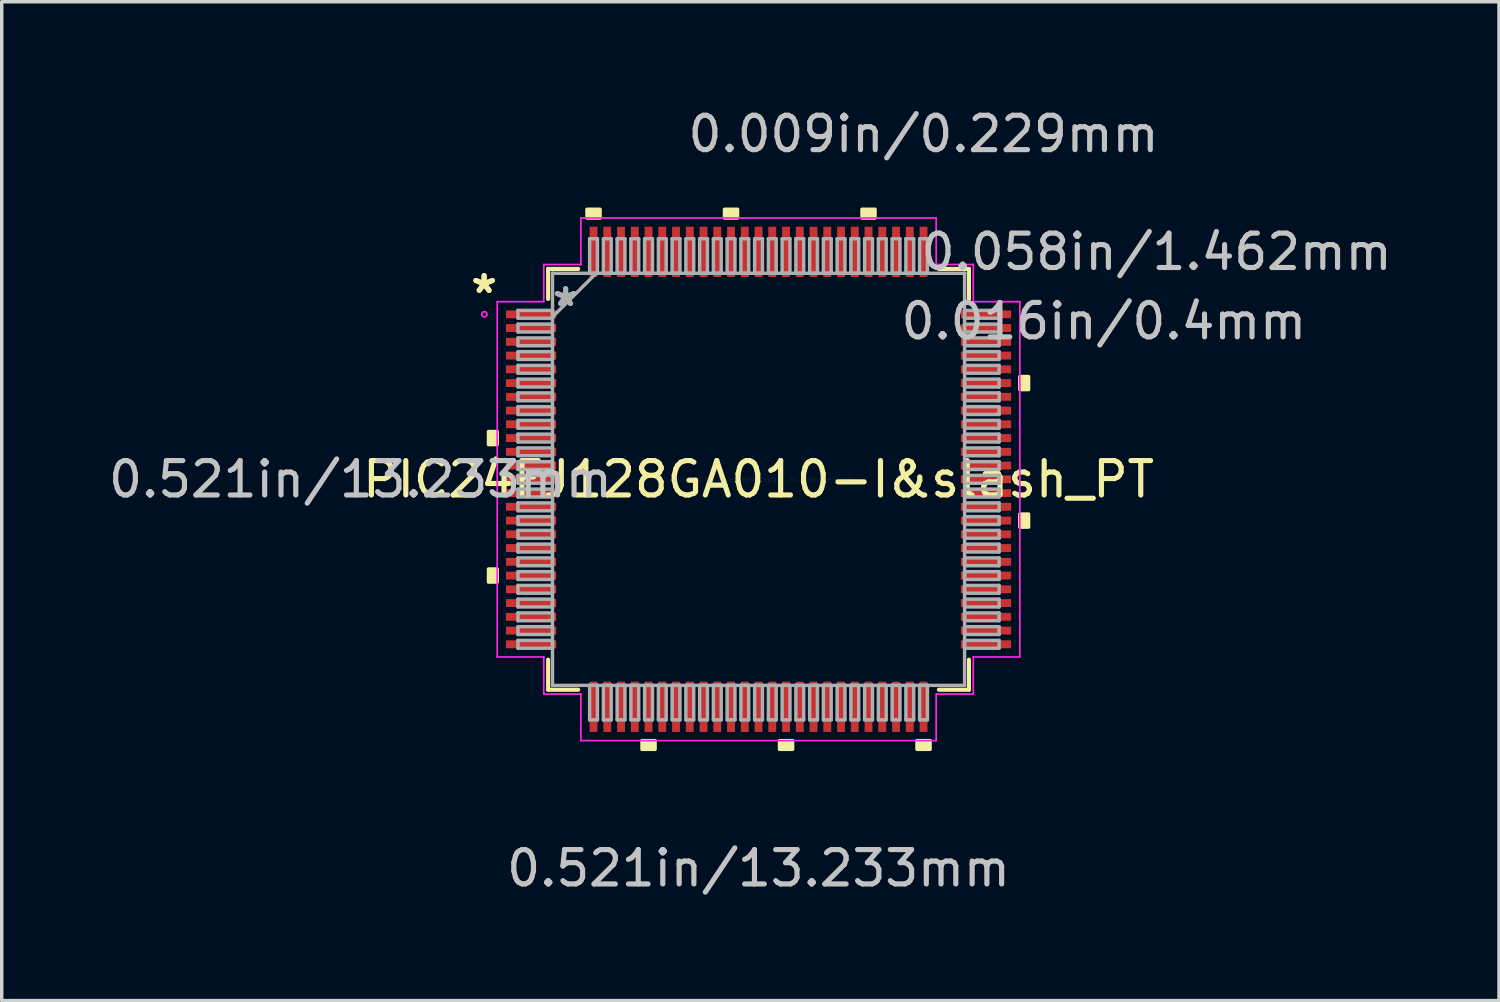
<source format=kicad_pcb>
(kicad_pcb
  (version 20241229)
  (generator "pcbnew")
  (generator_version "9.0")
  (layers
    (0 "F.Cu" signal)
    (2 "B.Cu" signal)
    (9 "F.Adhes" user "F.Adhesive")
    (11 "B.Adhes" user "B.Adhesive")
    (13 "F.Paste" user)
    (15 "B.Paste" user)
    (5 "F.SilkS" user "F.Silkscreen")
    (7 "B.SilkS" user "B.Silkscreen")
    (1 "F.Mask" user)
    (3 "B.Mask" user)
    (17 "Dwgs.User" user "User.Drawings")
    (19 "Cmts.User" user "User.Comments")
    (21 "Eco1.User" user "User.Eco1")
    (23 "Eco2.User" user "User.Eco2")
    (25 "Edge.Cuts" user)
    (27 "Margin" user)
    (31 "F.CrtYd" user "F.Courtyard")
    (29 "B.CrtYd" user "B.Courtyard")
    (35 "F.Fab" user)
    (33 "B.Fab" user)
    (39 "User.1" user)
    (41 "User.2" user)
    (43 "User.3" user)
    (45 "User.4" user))
  (footprint "PIC24FJ128GA010-I&slash_PT"
    (layer "F.Cu")
    (at 19.017 10.894)
    (property "Reference" "PIC24FJ128GA010-I&slash_PT" (at 0 0 0) (layer "F.SilkS") (effects (font (size 1 1) (thickness 0.15))))
    (attr through_hole)
    (fp_line (start -6.121 -6.121) (end -6.121 -5.247) (stroke (width 0.12) (type solid)) (layer "F.SilkS"))
    (fp_line (start -6.121 5.247) (end -6.121 6.121) (stroke (width 0.12) (type solid)) (layer "F.SilkS"))
    (fp_line (start -6.121 6.121) (end -5.247 6.121) (stroke (width 0.12) (type solid)) (layer "F.SilkS"))
    (fp_line (start -5.247 -6.121) (end -6.121 -6.121) (stroke (width 0.12) (type solid)) (layer "F.SilkS"))
    (fp_line (start 5.247 6.121) (end 6.121 6.121) (stroke (width 0.12) (type solid)) (layer "F.SilkS"))
    (fp_line (start 6.121 -6.121) (end 5.247 -6.121) (stroke (width 0.12) (type solid)) (layer "F.SilkS"))
    (fp_line (start 6.121 -5.247) (end 6.121 -6.121) (stroke (width 0.12) (type solid)) (layer "F.SilkS"))
    (fp_line (start 6.121 6.121) (end 6.121 5.247) (stroke (width 0.12) (type solid)) (layer "F.SilkS"))
    (fp_poly (pts (xy -7.856 -1.391) (xy -7.856 -1.01) (xy -7.602 -1.01) (xy -7.602 -1.391)) (stroke (width 0.1) (type solid)) (fill yes) (layer "F.SilkS"))
    (fp_poly (pts (xy -7.856 2.609) (xy -7.856 2.99) (xy -7.602 2.99) (xy -7.602 2.609)) (stroke (width 0.1) (type solid)) (fill yes) (layer "F.SilkS"))
    (fp_poly (pts (xy -4.991 -7.602) (xy -4.991 -7.856) (xy -4.61 -7.856) (xy -4.61 -7.602)) (stroke (width 0.1) (type solid)) (fill yes) (layer "F.SilkS"))
    (fp_poly (pts (xy -3.39 7.602) (xy -3.39 7.856) (xy -3.009 7.856) (xy -3.009 7.602)) (stroke (width 0.1) (type solid)) (fill yes) (layer "F.SilkS"))
    (fp_poly (pts (xy -0.991 -7.602) (xy -0.991 -7.856) (xy -0.61 -7.856) (xy -0.61 -7.602)) (stroke (width 0.1) (type solid)) (fill yes) (layer "F.SilkS"))
    (fp_poly (pts (xy 0.61 7.602) (xy 0.61 7.856) (xy 0.991 7.856) (xy 0.991 7.602)) (stroke (width 0.1) (type solid)) (fill yes) (layer "F.SilkS"))
    (fp_poly (pts (xy 3.009 -7.602) (xy 3.009 -7.856) (xy 3.39 -7.856) (xy 3.39 -7.602)) (stroke (width 0.1) (type solid)) (fill yes) (layer "F.SilkS"))
    (fp_poly (pts (xy 4.61 7.602) (xy 4.61 7.856) (xy 4.991 7.856) (xy 4.991 7.602)) (stroke (width 0.1) (type solid)) (fill yes) (layer "F.SilkS"))
    (fp_poly (pts (xy 7.856 -2.99) (xy 7.856 -2.609) (xy 7.602 -2.609) (xy 7.602 -2.99)) (stroke (width 0.1) (type solid)) (fill yes) (layer "F.SilkS"))
    (fp_poly (pts (xy 7.856 1.01) (xy 7.856 1.391) (xy 7.602 1.391) (xy 7.602 1.01)) (stroke (width 0.1) (type solid)) (fill yes) (layer "F.SilkS"))
    (fp_line (start -7.602 -5.168) (end -6.248 -5.168) (stroke (width 0.05) (type solid)) (layer "F.CrtYd"))
    (fp_line (start -7.602 5.168) (end -7.602 -5.168) (stroke (width 0.05) (type solid)) (layer "F.CrtYd"))
    (fp_line (start -6.248 -6.248) (end -5.168 -6.248) (stroke (width 0.05) (type solid)) (layer "F.CrtYd"))
    (fp_line (start -6.248 -5.168) (end -6.248 -6.248) (stroke (width 0.05) (type solid)) (layer "F.CrtYd"))
    (fp_line (start -6.248 5.168) (end -7.602 5.168) (stroke (width 0.05) (type solid)) (layer "F.CrtYd"))
    (fp_line (start -6.248 6.248) (end -6.248 5.168) (stroke (width 0.05) (type solid)) (layer "F.CrtYd"))
    (fp_line (start -5.168 -7.602) (end 5.168 -7.602) (stroke (width 0.05) (type solid)) (layer "F.CrtYd"))
    (fp_line (start -5.168 -6.248) (end -5.168 -7.602) (stroke (width 0.05) (type solid)) (layer "F.CrtYd"))
    (fp_line (start -5.168 6.248) (end -6.248 6.248) (stroke (width 0.05) (type solid)) (layer "F.CrtYd"))
    (fp_line (start -5.168 7.602) (end -5.168 6.248) (stroke (width 0.05) (type solid)) (layer "F.CrtYd"))
    (fp_line (start 5.168 -7.602) (end 5.168 -6.248) (stroke (width 0.05) (type solid)) (layer "F.CrtYd"))
    (fp_line (start 5.168 -6.248) (end 6.248 -6.248) (stroke (width 0.05) (type solid)) (layer "F.CrtYd"))
    (fp_line (start 5.168 6.248) (end 5.168 7.602) (stroke (width 0.05) (type solid)) (layer "F.CrtYd"))
    (fp_line (start 5.168 7.602) (end -5.168 7.602) (stroke (width 0.05) (type solid)) (layer "F.CrtYd"))
    (fp_line (start 6.248 -6.248) (end 6.248 -5.168) (stroke (width 0.05) (type solid)) (layer "F.CrtYd"))
    (fp_line (start 6.248 -5.168) (end 7.602 -5.168) (stroke (width 0.05) (type solid)) (layer "F.CrtYd"))
    (fp_line (start 6.248 5.168) (end 6.248 6.248) (stroke (width 0.05) (type solid)) (layer "F.CrtYd"))
    (fp_line (start 6.248 6.248) (end 5.168 6.248) (stroke (width 0.05) (type solid)) (layer "F.CrtYd"))
    (fp_line (start 7.602 -5.168) (end 7.602 5.168) (stroke (width 0.05) (type solid)) (layer "F.CrtYd"))
    (fp_line (start 7.602 5.168) (end 6.248 5.168) (stroke (width 0.05) (type solid)) (layer "F.CrtYd"))
    (fp_circle (center -7.976 -4.8) (end -7.899 -4.8) (stroke (width 0.05) (type solid)) (fill no) (layer "F.CrtYd"))
    (fp_line (start -6.998 -4.914) (end -6.998 -4.686) (stroke (width 0.1) (type solid)) (layer "F.Fab"))
    (fp_line (start -6.998 -4.686) (end -5.994 -4.686) (stroke (width 0.1) (type solid)) (layer "F.Fab"))
    (fp_line (start -6.998 -4.514) (end -6.998 -4.286) (stroke (width 0.1) (type solid)) (layer "F.Fab"))
    (fp_line (start -6.998 -4.286) (end -5.994 -4.286) (stroke (width 0.1) (type solid)) (layer "F.Fab"))
    (fp_line (start -6.998 -4.114) (end -6.998 -3.886) (stroke (width 0.1) (type solid)) (layer "F.Fab"))
    (fp_line (start -6.998 -3.886) (end -5.994 -3.886) (stroke (width 0.1) (type solid)) (layer "F.Fab"))
    (fp_line (start -6.998 -3.714) (end -6.998 -3.486) (stroke (width 0.1) (type solid)) (layer "F.Fab"))
    (fp_line (start -6.998 -3.486) (end -5.994 -3.486) (stroke (width 0.1) (type solid)) (layer "F.Fab"))
    (fp_line (start -6.998 -3.314) (end -6.998 -3.086) (stroke (width 0.1) (type solid)) (layer "F.Fab"))
    (fp_line (start -6.998 -3.086) (end -5.994 -3.086) (stroke (width 0.1) (type solid)) (layer "F.Fab"))
    (fp_line (start -6.998 -2.914) (end -6.998 -2.686) (stroke (width 0.1) (type solid)) (layer "F.Fab"))
    (fp_line (start -6.998 -2.686) (end -5.994 -2.686) (stroke (width 0.1) (type solid)) (layer "F.Fab"))
    (fp_line (start -6.998 -2.514) (end -6.998 -2.286) (stroke (width 0.1) (type solid)) (layer "F.Fab"))
    (fp_line (start -6.998 -2.286) (end -5.994 -2.286) (stroke (width 0.1) (type solid)) (layer "F.Fab"))
    (fp_line (start -6.998 -2.114) (end -6.998 -1.886) (stroke (width 0.1) (type solid)) (layer "F.Fab"))
    (fp_line (start -6.998 -1.886) (end -5.994 -1.886) (stroke (width 0.1) (type solid)) (layer "F.Fab"))
    (fp_line (start -6.998 -1.714) (end -6.998 -1.486) (stroke (width 0.1) (type solid)) (layer "F.Fab"))
    (fp_line (start -6.998 -1.486) (end -5.994 -1.486) (stroke (width 0.1) (type solid)) (layer "F.Fab"))
    (fp_line (start -6.998 -1.314) (end -6.998 -1.086) (stroke (width 0.1) (type solid)) (layer "F.Fab"))
    (fp_line (start -6.998 -1.086) (end -5.994 -1.086) (stroke (width 0.1) (type solid)) (layer "F.Fab"))
    (fp_line (start -6.998 -0.914) (end -6.998 -0.686) (stroke (width 0.1) (type solid)) (layer "F.Fab"))
    (fp_line (start -6.998 -0.686) (end -5.994 -0.686) (stroke (width 0.1) (type solid)) (layer "F.Fab"))
    (fp_line (start -6.998 -0.514) (end -6.998 -0.286) (stroke (width 0.1) (type solid)) (layer "F.Fab"))
    (fp_line (start -6.998 -0.286) (end -5.994 -0.286) (stroke (width 0.1) (type solid)) (layer "F.Fab"))
    (fp_line (start -6.998 -0.114) (end -6.998 0.114) (stroke (width 0.1) (type solid)) (layer "F.Fab"))
    (fp_line (start -6.998 0.114) (end -5.994 0.114) (stroke (width 0.1) (type solid)) (layer "F.Fab"))
    (fp_line (start -6.998 0.286) (end -6.998 0.514) (stroke (width 0.1) (type solid)) (layer "F.Fab"))
    (fp_line (start -6.998 0.514) (end -5.994 0.514) (stroke (width 0.1) (type solid)) (layer "F.Fab"))
    (fp_line (start -6.998 0.686) (end -6.998 0.914) (stroke (width 0.1) (type solid)) (layer "F.Fab"))
    (fp_line (start -6.998 0.914) (end -5.994 0.914) (stroke (width 0.1) (type solid)) (layer "F.Fab"))
    (fp_line (start -6.998 1.086) (end -6.998 1.314) (stroke (width 0.1) (type solid)) (layer "F.Fab"))
    (fp_line (start -6.998 1.314) (end -5.994 1.314) (stroke (width 0.1) (type solid)) (layer "F.Fab"))
    (fp_line (start -6.998 1.486) (end -6.998 1.714) (stroke (width 0.1) (type solid)) (layer "F.Fab"))
    (fp_line (start -6.998 1.714) (end -5.994 1.714) (stroke (width 0.1) (type solid)) (layer "F.Fab"))
    (fp_line (start -6.998 1.886) (end -6.998 2.114) (stroke (width 0.1) (type solid)) (layer "F.Fab"))
    (fp_line (start -6.998 2.114) (end -5.994 2.114) (stroke (width 0.1) (type solid)) (layer "F.Fab"))
    (fp_line (start -6.998 2.286) (end -6.998 2.514) (stroke (width 0.1) (type solid)) (layer "F.Fab"))
    (fp_line (start -6.998 2.514) (end -5.994 2.514) (stroke (width 0.1) (type solid)) (layer "F.Fab"))
    (fp_line (start -6.998 2.686) (end -6.998 2.914) (stroke (width 0.1) (type solid)) (layer "F.Fab"))
    (fp_line (start -6.998 2.914) (end -5.994 2.914) (stroke (width 0.1) (type solid)) (layer "F.Fab"))
    (fp_line (start -6.998 3.086) (end -6.998 3.314) (stroke (width 0.1) (type solid)) (layer "F.Fab"))
    (fp_line (start -6.998 3.314) (end -5.994 3.314) (stroke (width 0.1) (type solid)) (layer "F.Fab"))
    (fp_line (start -6.998 3.486) (end -6.998 3.714) (stroke (width 0.1) (type solid)) (layer "F.Fab"))
    (fp_line (start -6.998 3.714) (end -5.994 3.714) (stroke (width 0.1) (type solid)) (layer "F.Fab"))
    (fp_line (start -6.998 3.886) (end -6.998 4.114) (stroke (width 0.1) (type solid)) (layer "F.Fab"))
    (fp_line (start -6.998 4.114) (end -5.994 4.114) (stroke (width 0.1) (type solid)) (layer "F.Fab"))
    (fp_line (start -6.998 4.286) (end -6.998 4.514) (stroke (width 0.1) (type solid)) (layer "F.Fab"))
    (fp_line (start -6.998 4.514) (end -5.994 4.514) (stroke (width 0.1) (type solid)) (layer "F.Fab"))
    (fp_line (start -6.998 4.686) (end -6.998 4.914) (stroke (width 0.1) (type solid)) (layer "F.Fab"))
    (fp_line (start -6.998 4.914) (end -5.994 4.914) (stroke (width 0.1) (type solid)) (layer "F.Fab"))
    (fp_line (start -5.994 -5.994) (end -5.994 -5.994) (stroke (width 0.1) (type solid)) (layer "F.Fab"))
    (fp_line (start -5.994 -5.994) (end -5.994 5.994) (stroke (width 0.1) (type solid)) (layer "F.Fab"))
    (fp_line (start -5.994 -4.914) (end -6.998 -4.914) (stroke (width 0.1) (type solid)) (layer "F.Fab"))
    (fp_line (start -5.994 -4.724) (end -4.724 -5.994) (stroke (width 0.1) (type solid)) (layer "F.Fab"))
    (fp_line (start -5.994 -4.686) (end -5.994 -4.914) (stroke (width 0.1) (type solid)) (layer "F.Fab"))
    (fp_line (start -5.994 -4.514) (end -6.998 -4.514) (stroke (width 0.1) (type solid)) (layer "F.Fab"))
    (fp_line (start -5.994 -4.286) (end -5.994 -4.514) (stroke (width 0.1) (type solid)) (layer "F.Fab"))
    (fp_line (start -5.994 -4.114) (end -6.998 -4.114) (stroke (width 0.1) (type solid)) (layer "F.Fab"))
    (fp_line (start -5.994 -3.886) (end -5.994 -4.114) (stroke (width 0.1) (type solid)) (layer "F.Fab"))
    (fp_line (start -5.994 -3.714) (end -6.998 -3.714) (stroke (width 0.1) (type solid)) (layer "F.Fab"))
    (fp_line (start -5.994 -3.486) (end -5.994 -3.714) (stroke (width 0.1) (type solid)) (layer "F.Fab"))
    (fp_line (start -5.994 -3.314) (end -6.998 -3.314) (stroke (width 0.1) (type solid)) (layer "F.Fab"))
    (fp_line (start -5.994 -3.086) (end -5.994 -3.314) (stroke (width 0.1) (type solid)) (layer "F.Fab"))
    (fp_line (start -5.994 -2.914) (end -6.998 -2.914) (stroke (width 0.1) (type solid)) (layer "F.Fab"))
    (fp_line (start -5.994 -2.686) (end -5.994 -2.914) (stroke (width 0.1) (type solid)) (layer "F.Fab"))
    (fp_line (start -5.994 -2.514) (end -6.998 -2.514) (stroke (width 0.1) (type solid)) (layer "F.Fab"))
    (fp_line (start -5.994 -2.286) (end -5.994 -2.514) (stroke (width 0.1) (type solid)) (layer "F.Fab"))
    (fp_line (start -5.994 -2.114) (end -6.998 -2.114) (stroke (width 0.1) (type solid)) (layer "F.Fab"))
    (fp_line (start -5.994 -1.886) (end -5.994 -2.114) (stroke (width 0.1) (type solid)) (layer "F.Fab"))
    (fp_line (start -5.994 -1.714) (end -6.998 -1.714) (stroke (width 0.1) (type solid)) (layer "F.Fab"))
    (fp_line (start -5.994 -1.486) (end -5.994 -1.714) (stroke (width 0.1) (type solid)) (layer "F.Fab"))
    (fp_line (start -5.994 -1.314) (end -6.998 -1.314) (stroke (width 0.1) (type solid)) (layer "F.Fab"))
    (fp_line (start -5.994 -1.086) (end -5.994 -1.314) (stroke (width 0.1) (type solid)) (layer "F.Fab"))
    (fp_line (start -5.994 -0.914) (end -6.998 -0.914) (stroke (width 0.1) (type solid)) (layer "F.Fab"))
    (fp_line (start -5.994 -0.686) (end -5.994 -0.914) (stroke (width 0.1) (type solid)) (layer "F.Fab"))
    (fp_line (start -5.994 -0.514) (end -6.998 -0.514) (stroke (width 0.1) (type solid)) (layer "F.Fab"))
    (fp_line (start -5.994 -0.286) (end -5.994 -0.514) (stroke (width 0.1) (type solid)) (layer "F.Fab"))
    (fp_line (start -5.994 -0.114) (end -6.998 -0.114) (stroke (width 0.1) (type solid)) (layer "F.Fab"))
    (fp_line (start -5.994 0.114) (end -5.994 -0.114) (stroke (width 0.1) (type solid)) (layer "F.Fab"))
    (fp_line (start -5.994 0.286) (end -6.998 0.286) (stroke (width 0.1) (type solid)) (layer "F.Fab"))
    (fp_line (start -5.994 0.514) (end -5.994 0.286) (stroke (width 0.1) (type solid)) (layer "F.Fab"))
    (fp_line (start -5.994 0.686) (end -6.998 0.686) (stroke (width 0.1) (type solid)) (layer "F.Fab"))
    (fp_line (start -5.994 0.914) (end -5.994 0.686) (stroke (width 0.1) (type solid)) (layer "F.Fab"))
    (fp_line (start -5.994 1.086) (end -6.998 1.086) (stroke (width 0.1) (type solid)) (layer "F.Fab"))
    (fp_line (start -5.994 1.314) (end -5.994 1.086) (stroke (width 0.1) (type solid)) (layer "F.Fab"))
    (fp_line (start -5.994 1.486) (end -6.998 1.486) (stroke (width 0.1) (type solid)) (layer "F.Fab"))
    (fp_line (start -5.994 1.714) (end -5.994 1.486) (stroke (width 0.1) (type solid)) (layer "F.Fab"))
    (fp_line (start -5.994 1.886) (end -6.998 1.886) (stroke (width 0.1) (type solid)) (layer "F.Fab"))
    (fp_line (start -5.994 2.114) (end -5.994 1.886) (stroke (width 0.1) (type solid)) (layer "F.Fab"))
    (fp_line (start -5.994 2.286) (end -6.998 2.286) (stroke (width 0.1) (type solid)) (layer "F.Fab"))
    (fp_line (start -5.994 2.514) (end -5.994 2.286) (stroke (width 0.1) (type solid)) (layer "F.Fab"))
    (fp_line (start -5.994 2.686) (end -6.998 2.686) (stroke (width 0.1) (type solid)) (layer "F.Fab"))
    (fp_line (start -5.994 2.914) (end -5.994 2.686) (stroke (width 0.1) (type solid)) (layer "F.Fab"))
    (fp_line (start -5.994 3.086) (end -6.998 3.086) (stroke (width 0.1) (type solid)) (layer "F.Fab"))
    (fp_line (start -5.994 3.314) (end -5.994 3.086) (stroke (width 0.1) (type solid)) (layer "F.Fab"))
    (fp_line (start -5.994 3.486) (end -6.998 3.486) (stroke (width 0.1) (type solid)) (layer "F.Fab"))
    (fp_line (start -5.994 3.714) (end -5.994 3.486) (stroke (width 0.1) (type solid)) (layer "F.Fab"))
    (fp_line (start -5.994 3.886) (end -6.998 3.886) (stroke (width 0.1) (type solid)) (layer "F.Fab"))
    (fp_line (start -5.994 4.114) (end -5.994 3.886) (stroke (width 0.1) (type solid)) (layer "F.Fab"))
    (fp_line (start -5.994 4.286) (end -6.998 4.286) (stroke (width 0.1) (type solid)) (layer "F.Fab"))
    (fp_line (start -5.994 4.514) (end -5.994 4.286) (stroke (width 0.1) (type solid)) (layer "F.Fab"))
    (fp_line (start -5.994 4.686) (end -6.998 4.686) (stroke (width 0.1) (type solid)) (layer "F.Fab"))
    (fp_line (start -5.994 4.914) (end -5.994 4.686) (stroke (width 0.1) (type solid)) (layer "F.Fab"))
    (fp_line (start -5.994 5.994) (end -5.994 5.994) (stroke (width 0.1) (type solid)) (layer "F.Fab"))
    (fp_line (start -5.994 5.994) (end 5.994 5.994) (stroke (width 0.1) (type solid)) (layer "F.Fab"))
    (fp_line (start -4.914 5.994) (end -4.914 6.998) (stroke (width 0.1) (type solid)) (layer "F.Fab"))
    (fp_line (start -4.914 6.998) (end -4.686 6.998) (stroke (width 0.1) (type solid)) (layer "F.Fab"))
    (fp_line (start -4.914 -6.998) (end -4.914 -5.994) (stroke (width 0.1) (type solid)) (layer "F.Fab"))
    (fp_line (start -4.914 -5.994) (end -4.686 -5.994) (stroke (width 0.1) (type solid)) (layer "F.Fab"))
    (fp_line (start -4.686 5.994) (end -4.914 5.994) (stroke (width 0.1) (type solid)) (layer "F.Fab"))
    (fp_line (start -4.686 6.998) (end -4.686 5.994) (stroke (width 0.1) (type solid)) (layer "F.Fab"))
    (fp_line (start -4.686 -6.998) (end -4.914 -6.998) (stroke (width 0.1) (type solid)) (layer "F.Fab"))
    (fp_line (start -4.686 -5.994) (end -4.686 -6.998) (stroke (width 0.1) (type solid)) (layer "F.Fab"))
    (fp_line (start -4.514 5.994) (end -4.514 6.998) (stroke (width 0.1) (type solid)) (layer "F.Fab"))
    (fp_line (start -4.514 6.998) (end -4.286 6.998) (stroke (width 0.1) (type solid)) (layer "F.Fab"))
    (fp_line (start -4.514 -6.998) (end -4.514 -5.994) (stroke (width 0.1) (type solid)) (layer "F.Fab"))
    (fp_line (start -4.514 -5.994) (end -4.286 -5.994) (stroke (width 0.1) (type solid)) (layer "F.Fab"))
    (fp_line (start -4.286 5.994) (end -4.514 5.994) (stroke (width 0.1) (type solid)) (layer "F.Fab"))
    (fp_line (start -4.286 6.998) (end -4.286 5.994) (stroke (width 0.1) (type solid)) (layer "F.Fab"))
    (fp_line (start -4.286 -6.998) (end -4.514 -6.998) (stroke (width 0.1) (type solid)) (layer "F.Fab"))
    (fp_line (start -4.286 -5.994) (end -4.286 -6.998) (stroke (width 0.1) (type solid)) (layer "F.Fab"))
    (fp_line (start -4.114 5.994) (end -4.114 6.998) (stroke (width 0.1) (type solid)) (layer "F.Fab"))
    (fp_line (start -4.114 6.998) (end -3.886 6.998) (stroke (width 0.1) (type solid)) (layer "F.Fab"))
    (fp_line (start -4.114 -6.998) (end -4.114 -5.994) (stroke (width 0.1) (type solid)) (layer "F.Fab"))
    (fp_line (start -4.114 -5.994) (end -3.886 -5.994) (stroke (width 0.1) (type solid)) (layer "F.Fab"))
    (fp_line (start -3.886 5.994) (end -4.114 5.994) (stroke (width 0.1) (type solid)) (layer "F.Fab"))
    (fp_line (start -3.886 6.998) (end -3.886 5.994) (stroke (width 0.1) (type solid)) (layer "F.Fab"))
    (fp_line (start -3.886 -6.998) (end -4.114 -6.998) (stroke (width 0.1) (type solid)) (layer "F.Fab"))
    (fp_line (start -3.886 -5.994) (end -3.886 -6.998) (stroke (width 0.1) (type solid)) (layer "F.Fab"))
    (fp_line (start -3.714 5.994) (end -3.714 6.998) (stroke (width 0.1) (type solid)) (layer "F.Fab"))
    (fp_line (start -3.714 6.998) (end -3.486 6.998) (stroke (width 0.1) (type solid)) (layer "F.Fab"))
    (fp_line (start -3.714 -6.998) (end -3.714 -5.994) (stroke (width 0.1) (type solid)) (layer "F.Fab"))
    (fp_line (start -3.714 -5.994) (end -3.486 -5.994) (stroke (width 0.1) (type solid)) (layer "F.Fab"))
    (fp_line (start -3.486 5.994) (end -3.714 5.994) (stroke (width 0.1) (type solid)) (layer "F.Fab"))
    (fp_line (start -3.486 6.998) (end -3.486 5.994) (stroke (width 0.1) (type solid)) (layer "F.Fab"))
    (fp_line (start -3.486 -6.998) (end -3.714 -6.998) (stroke (width 0.1) (type solid)) (layer "F.Fab"))
    (fp_line (start -3.486 -5.994) (end -3.486 -6.998) (stroke (width 0.1) (type solid)) (layer "F.Fab"))
    (fp_line (start -3.314 5.994) (end -3.314 6.998) (stroke (width 0.1) (type solid)) (layer "F.Fab"))
    (fp_line (start -3.314 6.998) (end -3.086 6.998) (stroke (width 0.1) (type solid)) (layer "F.Fab"))
    (fp_line (start -3.314 -6.998) (end -3.314 -5.994) (stroke (width 0.1) (type solid)) (layer "F.Fab"))
    (fp_line (start -3.314 -5.994) (end -3.086 -5.994) (stroke (width 0.1) (type solid)) (layer "F.Fab"))
    (fp_line (start -3.086 5.994) (end -3.314 5.994) (stroke (width 0.1) (type solid)) (layer "F.Fab"))
    (fp_line (start -3.086 6.998) (end -3.086 5.994) (stroke (width 0.1) (type solid)) (layer "F.Fab"))
    (fp_line (start -3.086 -6.998) (end -3.314 -6.998) (stroke (width 0.1) (type solid)) (layer "F.Fab"))
    (fp_line (start -3.086 -5.994) (end -3.086 -6.998) (stroke (width 0.1) (type solid)) (layer "F.Fab"))
    (fp_line (start -2.914 5.994) (end -2.914 6.998) (stroke (width 0.1) (type solid)) (layer "F.Fab"))
    (fp_line (start -2.914 6.998) (end -2.686 6.998) (stroke (width 0.1) (type solid)) (layer "F.Fab"))
    (fp_line (start -2.914 -6.998) (end -2.914 -5.994) (stroke (width 0.1) (type solid)) (layer "F.Fab"))
    (fp_line (start -2.914 -5.994) (end -2.686 -5.994) (stroke (width 0.1) (type solid)) (layer "F.Fab"))
    (fp_line (start -2.686 5.994) (end -2.914 5.994) (stroke (width 0.1) (type solid)) (layer "F.Fab"))
    (fp_line (start -2.686 6.998) (end -2.686 5.994) (stroke (width 0.1) (type solid)) (layer "F.Fab"))
    (fp_line (start -2.686 -6.998) (end -2.914 -6.998) (stroke (width 0.1) (type solid)) (layer "F.Fab"))
    (fp_line (start -2.686 -5.994) (end -2.686 -6.998) (stroke (width 0.1) (type solid)) (layer "F.Fab"))
    (fp_line (start -2.514 -6.998) (end -2.514 -5.994) (stroke (width 0.1) (type solid)) (layer "F.Fab"))
    (fp_line (start -2.514 -5.994) (end -2.286 -5.994) (stroke (width 0.1) (type solid)) (layer "F.Fab"))
    (fp_line (start -2.514 5.994) (end -2.514 6.998) (stroke (width 0.1) (type solid)) (layer "F.Fab"))
    (fp_line (start -2.514 6.998) (end -2.286 6.998) (stroke (width 0.1) (type solid)) (layer "F.Fab"))
    (fp_line (start -2.286 -6.998) (end -2.514 -6.998) (stroke (width 0.1) (type solid)) (layer "F.Fab"))
    (fp_line (start -2.286 -5.994) (end -2.286 -6.998) (stroke (width 0.1) (type solid)) (layer "F.Fab"))
    (fp_line (start -2.286 5.994) (end -2.514 5.994) (stroke (width 0.1) (type solid)) (layer "F.Fab"))
    (fp_line (start -2.286 6.998) (end -2.286 5.994) (stroke (width 0.1) (type solid)) (layer "F.Fab"))
    (fp_line (start -2.114 -6.998) (end -2.114 -5.994) (stroke (width 0.1) (type solid)) (layer "F.Fab"))
    (fp_line (start -2.114 -5.994) (end -1.886 -5.994) (stroke (width 0.1) (type solid)) (layer "F.Fab"))
    (fp_line (start -2.114 5.994) (end -2.114 6.998) (stroke (width 0.1) (type solid)) (layer "F.Fab"))
    (fp_line (start -2.114 6.998) (end -1.886 6.998) (stroke (width 0.1) (type solid)) (layer "F.Fab"))
    (fp_line (start -1.886 -6.998) (end -2.114 -6.998) (stroke (width 0.1) (type solid)) (layer "F.Fab"))
    (fp_line (start -1.886 -5.994) (end -1.886 -6.998) (stroke (width 0.1) (type solid)) (layer "F.Fab"))
    (fp_line (start -1.886 5.994) (end -2.114 5.994) (stroke (width 0.1) (type solid)) (layer "F.Fab"))
    (fp_line (start -1.886 6.998) (end -1.886 5.994) (stroke (width 0.1) (type solid)) (layer "F.Fab"))
    (fp_line (start -1.714 -6.998) (end -1.714 -5.994) (stroke (width 0.1) (type solid)) (layer "F.Fab"))
    (fp_line (start -1.714 -5.994) (end -1.486 -5.994) (stroke (width 0.1) (type solid)) (layer "F.Fab"))
    (fp_line (start -1.714 5.994) (end -1.714 6.998) (stroke (width 0.1) (type solid)) (layer "F.Fab"))
    (fp_line (start -1.714 6.998) (end -1.486 6.998) (stroke (width 0.1) (type solid)) (layer "F.Fab"))
    (fp_line (start -1.486 -6.998) (end -1.714 -6.998) (stroke (width 0.1) (type solid)) (layer "F.Fab"))
    (fp_line (start -1.486 -5.994) (end -1.486 -6.998) (stroke (width 0.1) (type solid)) (layer "F.Fab"))
    (fp_line (start -1.486 5.994) (end -1.714 5.994) (stroke (width 0.1) (type solid)) (layer "F.Fab"))
    (fp_line (start -1.486 6.998) (end -1.486 5.994) (stroke (width 0.1) (type solid)) (layer "F.Fab"))
    (fp_line (start -1.314 -6.998) (end -1.314 -5.994) (stroke (width 0.1) (type solid)) (layer "F.Fab"))
    (fp_line (start -1.314 -5.994) (end -1.086 -5.994) (stroke (width 0.1) (type solid)) (layer "F.Fab"))
    (fp_line (start -1.314 5.994) (end -1.314 6.998) (stroke (width 0.1) (type solid)) (layer "F.Fab"))
    (fp_line (start -1.314 6.998) (end -1.086 6.998) (stroke (width 0.1) (type solid)) (layer "F.Fab"))
    (fp_line (start -1.086 -6.998) (end -1.314 -6.998) (stroke (width 0.1) (type solid)) (layer "F.Fab"))
    (fp_line (start -1.086 -5.994) (end -1.086 -6.998) (stroke (width 0.1) (type solid)) (layer "F.Fab"))
    (fp_line (start -1.086 5.994) (end -1.314 5.994) (stroke (width 0.1) (type solid)) (layer "F.Fab"))
    (fp_line (start -1.086 6.998) (end -1.086 5.994) (stroke (width 0.1) (type solid)) (layer "F.Fab"))
    (fp_line (start -0.914 -6.998) (end -0.914 -5.994) (stroke (width 0.1) (type solid)) (layer "F.Fab"))
    (fp_line (start -0.914 -5.994) (end -0.686 -5.994) (stroke (width 0.1) (type solid)) (layer "F.Fab"))
    (fp_line (start -0.914 5.994) (end -0.914 6.998) (stroke (width 0.1) (type solid)) (layer "F.Fab"))
    (fp_line (start -0.914 6.998) (end -0.686 6.998) (stroke (width 0.1) (type solid)) (layer "F.Fab"))
    (fp_line (start -0.686 -6.998) (end -0.914 -6.998) (stroke (width 0.1) (type solid)) (layer "F.Fab"))
    (fp_line (start -0.686 -5.994) (end -0.686 -6.998) (stroke (width 0.1) (type solid)) (layer "F.Fab"))
    (fp_line (start -0.686 5.994) (end -0.914 5.994) (stroke (width 0.1) (type solid)) (layer "F.Fab"))
    (fp_line (start -0.686 6.998) (end -0.686 5.994) (stroke (width 0.1) (type solid)) (layer "F.Fab"))
    (fp_line (start -0.514 -6.998) (end -0.514 -5.994) (stroke (width 0.1) (type solid)) (layer "F.Fab"))
    (fp_line (start -0.514 -5.994) (end -0.286 -5.994) (stroke (width 0.1) (type solid)) (layer "F.Fab"))
    (fp_line (start -0.514 5.994) (end -0.514 6.998) (stroke (width 0.1) (type solid)) (layer "F.Fab"))
    (fp_line (start -0.514 6.998) (end -0.286 6.998) (stroke (width 0.1) (type solid)) (layer "F.Fab"))
    (fp_line (start -0.286 -6.998) (end -0.514 -6.998) (stroke (width 0.1) (type solid)) (layer "F.Fab"))
    (fp_line (start -0.286 -5.994) (end -0.286 -6.998) (stroke (width 0.1) (type solid)) (layer "F.Fab"))
    (fp_line (start -0.286 5.994) (end -0.514 5.994) (stroke (width 0.1) (type solid)) (layer "F.Fab"))
    (fp_line (start -0.286 6.998) (end -0.286 5.994) (stroke (width 0.1) (type solid)) (layer "F.Fab"))
    (fp_line (start -0.114 -6.998) (end -0.114 -5.994) (stroke (width 0.1) (type solid)) (layer "F.Fab"))
    (fp_line (start -0.114 -5.994) (end 0.114 -5.994) (stroke (width 0.1) (type solid)) (layer "F.Fab"))
    (fp_line (start -0.114 5.994) (end -0.114 6.998) (stroke (width 0.1) (type solid)) (layer "F.Fab"))
    (fp_line (start -0.114 6.998) (end 0.114 6.998) (stroke (width 0.1) (type solid)) (layer "F.Fab"))
    (fp_line (start 0.114 -6.998) (end -0.114 -6.998) (stroke (width 0.1) (type solid)) (layer "F.Fab"))
    (fp_line (start 0.114 -5.994) (end 0.114 -6.998) (stroke (width 0.1) (type solid)) (layer "F.Fab"))
    (fp_line (start 0.114 5.994) (end -0.114 5.994) (stroke (width 0.1) (type solid)) (layer "F.Fab"))
    (fp_line (start 0.114 6.998) (end 0.114 5.994) (stroke (width 0.1) (type solid)) (layer "F.Fab"))
    (fp_line (start 0.286 -6.998) (end 0.286 -5.994) (stroke (width 0.1) (type solid)) (layer "F.Fab"))
    (fp_line (start 0.286 -5.994) (end 0.514 -5.994) (stroke (width 0.1) (type solid)) (layer "F.Fab"))
    (fp_line (start 0.286 5.994) (end 0.286 6.998) (stroke (width 0.1) (type solid)) (layer "F.Fab"))
    (fp_line (start 0.286 6.998) (end 0.514 6.998) (stroke (width 0.1) (type solid)) (layer "F.Fab"))
    (fp_line (start 0.514 -6.998) (end 0.286 -6.998) (stroke (width 0.1) (type solid)) (layer "F.Fab"))
    (fp_line (start 0.514 -5.994) (end 0.514 -6.998) (stroke (width 0.1) (type solid)) (layer "F.Fab"))
    (fp_line (start 0.514 5.994) (end 0.286 5.994) (stroke (width 0.1) (type solid)) (layer "F.Fab"))
    (fp_line (start 0.514 6.998) (end 0.514 5.994) (stroke (width 0.1) (type solid)) (layer "F.Fab"))
    (fp_line (start 0.686 -6.998) (end 0.686 -5.994) (stroke (width 0.1) (type solid)) (layer "F.Fab"))
    (fp_line (start 0.686 -5.994) (end 0.914 -5.994) (stroke (width 0.1) (type solid)) (layer "F.Fab"))
    (fp_line (start 0.686 5.994) (end 0.686 6.998) (stroke (width 0.1) (type solid)) (layer "F.Fab"))
    (fp_line (start 0.686 6.998) (end 0.914 6.998) (stroke (width 0.1) (type solid)) (layer "F.Fab"))
    (fp_line (start 0.914 -6.998) (end 0.686 -6.998) (stroke (width 0.1) (type solid)) (layer "F.Fab"))
    (fp_line (start 0.914 -5.994) (end 0.914 -6.998) (stroke (width 0.1) (type solid)) (layer "F.Fab"))
    (fp_line (start 0.914 5.994) (end 0.686 5.994) (stroke (width 0.1) (type solid)) (layer "F.Fab"))
    (fp_line (start 0.914 6.998) (end 0.914 5.994) (stroke (width 0.1) (type solid)) (layer "F.Fab"))
    (fp_line (start 1.086 -6.998) (end 1.086 -5.994) (stroke (width 0.1) (type solid)) (layer "F.Fab"))
    (fp_line (start 1.086 -5.994) (end 1.314 -5.994) (stroke (width 0.1) (type solid)) (layer "F.Fab"))
    (fp_line (start 1.086 5.994) (end 1.086 6.998) (stroke (width 0.1) (type solid)) (layer "F.Fab"))
    (fp_line (start 1.086 6.998) (end 1.314 6.998) (stroke (width 0.1) (type solid)) (layer "F.Fab"))
    (fp_line (start 1.314 -6.998) (end 1.086 -6.998) (stroke (width 0.1) (type solid)) (layer "F.Fab"))
    (fp_line (start 1.314 -5.994) (end 1.314 -6.998) (stroke (width 0.1) (type solid)) (layer "F.Fab"))
    (fp_line (start 1.314 5.994) (end 1.086 5.994) (stroke (width 0.1) (type solid)) (layer "F.Fab"))
    (fp_line (start 1.314 6.998) (end 1.314 5.994) (stroke (width 0.1) (type solid)) (layer "F.Fab"))
    (fp_line (start 1.486 -6.998) (end 1.486 -5.994) (stroke (width 0.1) (type solid)) (layer "F.Fab"))
    (fp_line (start 1.486 -5.994) (end 1.714 -5.994) (stroke (width 0.1) (type solid)) (layer "F.Fab"))
    (fp_line (start 1.486 5.994) (end 1.486 6.998) (stroke (width 0.1) (type solid)) (layer "F.Fab"))
    (fp_line (start 1.486 6.998) (end 1.714 6.998) (stroke (width 0.1) (type solid)) (layer "F.Fab"))
    (fp_line (start 1.714 -6.998) (end 1.486 -6.998) (stroke (width 0.1) (type solid)) (layer "F.Fab"))
    (fp_line (start 1.714 -5.994) (end 1.714 -6.998) (stroke (width 0.1) (type solid)) (layer "F.Fab"))
    (fp_line (start 1.714 5.994) (end 1.486 5.994) (stroke (width 0.1) (type solid)) (layer "F.Fab"))
    (fp_line (start 1.714 6.998) (end 1.714 5.994) (stroke (width 0.1) (type solid)) (layer "F.Fab"))
    (fp_line (start 1.886 -6.998) (end 1.886 -5.994) (stroke (width 0.1) (type solid)) (layer "F.Fab"))
    (fp_line (start 1.886 -5.994) (end 2.114 -5.994) (stroke (width 0.1) (type solid)) (layer "F.Fab"))
    (fp_line (start 1.886 5.994) (end 1.886 6.998) (stroke (width 0.1) (type solid)) (layer "F.Fab"))
    (fp_line (start 1.886 6.998) (end 2.114 6.998) (stroke (width 0.1) (type solid)) (layer "F.Fab"))
    (fp_line (start 2.114 -6.998) (end 1.886 -6.998) (stroke (width 0.1) (type solid)) (layer "F.Fab"))
    (fp_line (start 2.114 -5.994) (end 2.114 -6.998) (stroke (width 0.1) (type solid)) (layer "F.Fab"))
    (fp_line (start 2.114 5.994) (end 1.886 5.994) (stroke (width 0.1) (type solid)) (layer "F.Fab"))
    (fp_line (start 2.114 6.998) (end 2.114 5.994) (stroke (width 0.1) (type solid)) (layer "F.Fab"))
    (fp_line (start 2.286 -6.998) (end 2.286 -5.994) (stroke (width 0.1) (type solid)) (layer "F.Fab"))
    (fp_line (start 2.286 -5.994) (end 2.514 -5.994) (stroke (width 0.1) (type solid)) (layer "F.Fab"))
    (fp_line (start 2.286 5.994) (end 2.286 6.998) (stroke (width 0.1) (type solid)) (layer "F.Fab"))
    (fp_line (start 2.286 6.998) (end 2.514 6.998) (stroke (width 0.1) (type solid)) (layer "F.Fab"))
    (fp_line (start 2.514 -6.998) (end 2.286 -6.998) (stroke (width 0.1) (type solid)) (layer "F.Fab"))
    (fp_line (start 2.514 -5.994) (end 2.514 -6.998) (stroke (width 0.1) (type solid)) (layer "F.Fab"))
    (fp_line (start 2.514 5.994) (end 2.286 5.994) (stroke (width 0.1) (type solid)) (layer "F.Fab"))
    (fp_line (start 2.514 6.998) (end 2.514 5.994) (stroke (width 0.1) (type solid)) (layer "F.Fab"))
    (fp_line (start 2.686 5.994) (end 2.686 6.998) (stroke (width 0.1) (type solid)) (layer "F.Fab"))
    (fp_line (start 2.686 6.998) (end 2.914 6.998) (stroke (width 0.1) (type solid)) (layer "F.Fab"))
    (fp_line (start 2.686 -6.998) (end 2.686 -5.994) (stroke (width 0.1) (type solid)) (layer "F.Fab"))
    (fp_line (start 2.686 -5.994) (end 2.914 -5.994) (stroke (width 0.1) (type solid)) (layer "F.Fab"))
    (fp_line (start 2.914 5.994) (end 2.686 5.994) (stroke (width 0.1) (type solid)) (layer "F.Fab"))
    (fp_line (start 2.914 6.998) (end 2.914 5.994) (stroke (width 0.1) (type solid)) (layer "F.Fab"))
    (fp_line (start 2.914 -6.998) (end 2.686 -6.998) (stroke (width 0.1) (type solid)) (layer "F.Fab"))
    (fp_line (start 2.914 -5.994) (end 2.914 -6.998) (stroke (width 0.1) (type solid)) (layer "F.Fab"))
    (fp_line (start 3.086 5.994) (end 3.086 6.998) (stroke (width 0.1) (type solid)) (layer "F.Fab"))
    (fp_line (start 3.086 6.998) (end 3.314 6.998) (stroke (width 0.1) (type solid)) (layer "F.Fab"))
    (fp_line (start 3.086 -6.998) (end 3.086 -5.994) (stroke (width 0.1) (type solid)) (layer "F.Fab"))
    (fp_line (start 3.086 -5.994) (end 3.314 -5.994) (stroke (width 0.1) (type solid)) (layer "F.Fab"))
    (fp_line (start 3.314 5.994) (end 3.086 5.994) (stroke (width 0.1) (type solid)) (layer "F.Fab"))
    (fp_line (start 3.314 6.998) (end 3.314 5.994) (stroke (width 0.1) (type solid)) (layer "F.Fab"))
    (fp_line (start 3.314 -6.998) (end 3.086 -6.998) (stroke (width 0.1) (type solid)) (layer "F.Fab"))
    (fp_line (start 3.314 -5.994) (end 3.314 -6.998) (stroke (width 0.1) (type solid)) (layer "F.Fab"))
    (fp_line (start 3.486 5.994) (end 3.486 6.998) (stroke (width 0.1) (type solid)) (layer "F.Fab"))
    (fp_line (start 3.486 6.998) (end 3.714 6.998) (stroke (width 0.1) (type solid)) (layer "F.Fab"))
    (fp_line (start 3.486 -6.998) (end 3.486 -5.994) (stroke (width 0.1) (type solid)) (layer "F.Fab"))
    (fp_line (start 3.486 -5.994) (end 3.714 -5.994) (stroke (width 0.1) (type solid)) (layer "F.Fab"))
    (fp_line (start 3.714 5.994) (end 3.486 5.994) (stroke (width 0.1) (type solid)) (layer "F.Fab"))
    (fp_line (start 3.714 6.998) (end 3.714 5.994) (stroke (width 0.1) (type solid)) (layer "F.Fab"))
    (fp_line (start 3.714 -6.998) (end 3.486 -6.998) (stroke (width 0.1) (type solid)) (layer "F.Fab"))
    (fp_line (start 3.714 -5.994) (end 3.714 -6.998) (stroke (width 0.1) (type solid)) (layer "F.Fab"))
    (fp_line (start 3.886 5.994) (end 3.886 6.998) (stroke (width 0.1) (type solid)) (layer "F.Fab"))
    (fp_line (start 3.886 6.998) (end 4.114 6.998) (stroke (width 0.1) (type solid)) (layer "F.Fab"))
    (fp_line (start 3.886 -6.998) (end 3.886 -5.994) (stroke (width 0.1) (type solid)) (layer "F.Fab"))
    (fp_line (start 3.886 -5.994) (end 4.114 -5.994) (stroke (width 0.1) (type solid)) (layer "F.Fab"))
    (fp_line (start 4.114 5.994) (end 3.886 5.994) (stroke (width 0.1) (type solid)) (layer "F.Fab"))
    (fp_line (start 4.114 6.998) (end 4.114 5.994) (stroke (width 0.1) (type solid)) (layer "F.Fab"))
    (fp_line (start 4.114 -6.998) (end 3.886 -6.998) (stroke (width 0.1) (type solid)) (layer "F.Fab"))
    (fp_line (start 4.114 -5.994) (end 4.114 -6.998) (stroke (width 0.1) (type solid)) (layer "F.Fab"))
    (fp_line (start 4.286 5.994) (end 4.286 6.998) (stroke (width 0.1) (type solid)) (layer "F.Fab"))
    (fp_line (start 4.286 6.998) (end 4.514 6.998) (stroke (width 0.1) (type solid)) (layer "F.Fab"))
    (fp_line (start 4.286 -6.998) (end 4.286 -5.994) (stroke (width 0.1) (type solid)) (layer "F.Fab"))
    (fp_line (start 4.286 -5.994) (end 4.514 -5.994) (stroke (width 0.1) (type solid)) (layer "F.Fab"))
    (fp_line (start 4.514 5.994) (end 4.286 5.994) (stroke (width 0.1) (type solid)) (layer "F.Fab"))
    (fp_line (start 4.514 6.998) (end 4.514 5.994) (stroke (width 0.1) (type solid)) (layer "F.Fab"))
    (fp_line (start 4.514 -6.998) (end 4.286 -6.998) (stroke (width 0.1) (type solid)) (layer "F.Fab"))
    (fp_line (start 4.514 -5.994) (end 4.514 -6.998) (stroke (width 0.1) (type solid)) (layer "F.Fab"))
    (fp_line (start 4.686 5.994) (end 4.686 6.998) (stroke (width 0.1) (type solid)) (layer "F.Fab"))
    (fp_line (start 4.686 6.998) (end 4.914 6.998) (stroke (width 0.1) (type solid)) (layer "F.Fab"))
    (fp_line (start 4.686 -6.998) (end 4.686 -5.994) (stroke (width 0.1) (type solid)) (layer "F.Fab"))
    (fp_line (start 4.686 -5.994) (end 4.914 -5.994) (stroke (width 0.1) (type solid)) (layer "F.Fab"))
    (fp_line (start 4.914 5.994) (end 4.686 5.994) (stroke (width 0.1) (type solid)) (layer "F.Fab"))
    (fp_line (start 4.914 6.998) (end 4.914 5.994) (stroke (width 0.1) (type solid)) (layer "F.Fab"))
    (fp_line (start 4.914 -6.998) (end 4.686 -6.998) (stroke (width 0.1) (type solid)) (layer "F.Fab"))
    (fp_line (start 4.914 -5.994) (end 4.914 -6.998) (stroke (width 0.1) (type solid)) (layer "F.Fab"))
    (fp_line (start 5.994 -5.994) (end -5.994 -5.994) (stroke (width 0.1) (type solid)) (layer "F.Fab"))
    (fp_line (start 5.994 -5.994) (end 5.994 -5.994) (stroke (width 0.1) (type solid)) (layer "F.Fab"))
    (fp_line (start 5.994 -4.914) (end 5.994 -4.686) (stroke (width 0.1) (type solid)) (layer "F.Fab"))
    (fp_line (start 5.994 -4.686) (end 6.998 -4.686) (stroke (width 0.1) (type solid)) (layer "F.Fab"))
    (fp_line (start 5.994 -4.514) (end 5.994 -4.286) (stroke (width 0.1) (type solid)) (layer "F.Fab"))
    (fp_line (start 5.994 -4.286) (end 6.998 -4.286) (stroke (width 0.1) (type solid)) (layer "F.Fab"))
    (fp_line (start 5.994 -4.114) (end 5.994 -3.886) (stroke (width 0.1) (type solid)) (layer "F.Fab"))
    (fp_line (start 5.994 -3.886) (end 6.998 -3.886) (stroke (width 0.1) (type solid)) (layer "F.Fab"))
    (fp_line (start 5.994 -3.714) (end 5.994 -3.486) (stroke (width 0.1) (type solid)) (layer "F.Fab"))
    (fp_line (start 5.994 -3.486) (end 6.998 -3.486) (stroke (width 0.1) (type solid)) (layer "F.Fab"))
    (fp_line (start 5.994 -3.314) (end 5.994 -3.086) (stroke (width 0.1) (type solid)) (layer "F.Fab"))
    (fp_line (start 5.994 -3.086) (end 6.998 -3.086) (stroke (width 0.1) (type solid)) (layer "F.Fab"))
    (fp_line (start 5.994 -2.914) (end 5.994 -2.686) (stroke (width 0.1) (type solid)) (layer "F.Fab"))
    (fp_line (start 5.994 -2.686) (end 6.998 -2.686) (stroke (width 0.1) (type solid)) (layer "F.Fab"))
    (fp_line (start 5.994 -2.514) (end 5.994 -2.286) (stroke (width 0.1) (type solid)) (layer "F.Fab"))
    (fp_line (start 5.994 -2.286) (end 6.998 -2.286) (stroke (width 0.1) (type solid)) (layer "F.Fab"))
    (fp_line (start 5.994 -2.114) (end 5.994 -1.886) (stroke (width 0.1) (type solid)) (layer "F.Fab"))
    (fp_line (start 5.994 -1.886) (end 6.998 -1.886) (stroke (width 0.1) (type solid)) (layer "F.Fab"))
    (fp_line (start 5.994 -1.714) (end 5.994 -1.486) (stroke (width 0.1) (type solid)) (layer "F.Fab"))
    (fp_line (start 5.994 -1.486) (end 6.998 -1.486) (stroke (width 0.1) (type solid)) (layer "F.Fab"))
    (fp_line (start 5.994 -1.314) (end 5.994 -1.086) (stroke (width 0.1) (type solid)) (layer "F.Fab"))
    (fp_line (start 5.994 -1.086) (end 6.998 -1.086) (stroke (width 0.1) (type solid)) (layer "F.Fab"))
    (fp_line (start 5.994 -0.914) (end 5.994 -0.686) (stroke (width 0.1) (type solid)) (layer "F.Fab"))
    (fp_line (start 5.994 -0.686) (end 6.998 -0.686) (stroke (width 0.1) (type solid)) (layer "F.Fab"))
    (fp_line (start 5.994 -0.514) (end 5.994 -0.286) (stroke (width 0.1) (type solid)) (layer "F.Fab"))
    (fp_line (start 5.994 -0.286) (end 6.998 -0.286) (stroke (width 0.1) (type solid)) (layer "F.Fab"))
    (fp_line (start 5.994 -0.114) (end 5.994 0.114) (stroke (width 0.1) (type solid)) (layer "F.Fab"))
    (fp_line (start 5.994 0.114) (end 6.998 0.114) (stroke (width 0.1) (type solid)) (layer "F.Fab"))
    (fp_line (start 5.994 0.286) (end 5.994 0.514) (stroke (width 0.1) (type solid)) (layer "F.Fab"))
    (fp_line (start 5.994 0.514) (end 6.998 0.514) (stroke (width 0.1) (type solid)) (layer "F.Fab"))
    (fp_line (start 5.994 0.686) (end 5.994 0.914) (stroke (width 0.1) (type solid)) (layer "F.Fab"))
    (fp_line (start 5.994 0.914) (end 6.998 0.914) (stroke (width 0.1) (type solid)) (layer "F.Fab"))
    (fp_line (start 5.994 1.086) (end 5.994 1.314) (stroke (width 0.1) (type solid)) (layer "F.Fab"))
    (fp_line (start 5.994 1.314) (end 6.998 1.314) (stroke (width 0.1) (type solid)) (layer "F.Fab"))
    (fp_line (start 5.994 1.486) (end 5.994 1.714) (stroke (width 0.1) (type solid)) (layer "F.Fab"))
    (fp_line (start 5.994 1.714) (end 6.998 1.714) (stroke (width 0.1) (type solid)) (layer "F.Fab"))
    (fp_line (start 5.994 1.886) (end 5.994 2.114) (stroke (width 0.1) (type solid)) (layer "F.Fab"))
    (fp_line (start 5.994 2.114) (end 6.998 2.114) (stroke (width 0.1) (type solid)) (layer "F.Fab"))
    (fp_line (start 5.994 2.286) (end 5.994 2.514) (stroke (width 0.1) (type solid)) (layer "F.Fab"))
    (fp_line (start 5.994 2.514) (end 6.998 2.514) (stroke (width 0.1) (type solid)) (layer "F.Fab"))
    (fp_line (start 5.994 2.686) (end 5.994 2.914) (stroke (width 0.1) (type solid)) (layer "F.Fab"))
    (fp_line (start 5.994 2.914) (end 6.998 2.914) (stroke (width 0.1) (type solid)) (layer "F.Fab"))
    (fp_line (start 5.994 3.086) (end 5.994 3.314) (stroke (width 0.1) (type solid)) (layer "F.Fab"))
    (fp_line (start 5.994 3.314) (end 6.998 3.314) (stroke (width 0.1) (type solid)) (layer "F.Fab"))
    (fp_line (start 5.994 3.486) (end 5.994 3.714) (stroke (width 0.1) (type solid)) (layer "F.Fab"))
    (fp_line (start 5.994 3.714) (end 6.998 3.714) (stroke (width 0.1) (type solid)) (layer "F.Fab"))
    (fp_line (start 5.994 3.886) (end 5.994 4.114) (stroke (width 0.1) (type solid)) (layer "F.Fab"))
    (fp_line (start 5.994 4.114) (end 6.998 4.114) (stroke (width 0.1) (type solid)) (layer "F.Fab"))
    (fp_line (start 5.994 4.286) (end 5.994 4.514) (stroke (width 0.1) (type solid)) (layer "F.Fab"))
    (fp_line (start 5.994 4.514) (end 6.998 4.514) (stroke (width 0.1) (type solid)) (layer "F.Fab"))
    (fp_line (start 5.994 4.686) (end 5.994 4.914) (stroke (width 0.1) (type solid)) (layer "F.Fab"))
    (fp_line (start 5.994 4.914) (end 6.998 4.914) (stroke (width 0.1) (type solid)) (layer "F.Fab"))
    (fp_line (start 5.994 5.994) (end 5.994 -5.994) (stroke (width 0.1) (type solid)) (layer "F.Fab"))
    (fp_line (start 5.994 5.994) (end 5.994 5.994) (stroke (width 0.1) (type solid)) (layer "F.Fab"))
    (fp_line (start 6.998 -4.914) (end 5.994 -4.914) (stroke (width 0.1) (type solid)) (layer "F.Fab"))
    (fp_line (start 6.998 -4.686) (end 6.998 -4.914) (stroke (width 0.1) (type solid)) (layer "F.Fab"))
    (fp_line (start 6.998 -4.514) (end 5.994 -4.514) (stroke (width 0.1) (type solid)) (layer "F.Fab"))
    (fp_line (start 6.998 -4.286) (end 6.998 -4.514) (stroke (width 0.1) (type solid)) (layer "F.Fab"))
    (fp_line (start 6.998 -4.114) (end 5.994 -4.114) (stroke (width 0.1) (type solid)) (layer "F.Fab"))
    (fp_line (start 6.998 -3.886) (end 6.998 -4.114) (stroke (width 0.1) (type solid)) (layer "F.Fab"))
    (fp_line (start 6.998 -3.714) (end 5.994 -3.714) (stroke (width 0.1) (type solid)) (layer "F.Fab"))
    (fp_line (start 6.998 -3.486) (end 6.998 -3.714) (stroke (width 0.1) (type solid)) (layer "F.Fab"))
    (fp_line (start 6.998 -3.314) (end 5.994 -3.314) (stroke (width 0.1) (type solid)) (layer "F.Fab"))
    (fp_line (start 6.998 -3.086) (end 6.998 -3.314) (stroke (width 0.1) (type solid)) (layer "F.Fab"))
    (fp_line (start 6.998 -2.914) (end 5.994 -2.914) (stroke (width 0.1) (type solid)) (layer "F.Fab"))
    (fp_line (start 6.998 -2.686) (end 6.998 -2.914) (stroke (width 0.1) (type solid)) (layer "F.Fab"))
    (fp_line (start 6.998 -2.514) (end 5.994 -2.514) (stroke (width 0.1) (type solid)) (layer "F.Fab"))
    (fp_line (start 6.998 -2.286) (end 6.998 -2.514) (stroke (width 0.1) (type solid)) (layer "F.Fab"))
    (fp_line (start 6.998 -2.114) (end 5.994 -2.114) (stroke (width 0.1) (type solid)) (layer "F.Fab"))
    (fp_line (start 6.998 -1.886) (end 6.998 -2.114) (stroke (width 0.1) (type solid)) (layer "F.Fab"))
    (fp_line (start 6.998 -1.714) (end 5.994 -1.714) (stroke (width 0.1) (type solid)) (layer "F.Fab"))
    (fp_line (start 6.998 -1.486) (end 6.998 -1.714) (stroke (width 0.1) (type solid)) (layer "F.Fab"))
    (fp_line (start 6.998 -1.314) (end 5.994 -1.314) (stroke (width 0.1) (type solid)) (layer "F.Fab"))
    (fp_line (start 6.998 -1.086) (end 6.998 -1.314) (stroke (width 0.1) (type solid)) (layer "F.Fab"))
    (fp_line (start 6.998 -0.914) (end 5.994 -0.914) (stroke (width 0.1) (type solid)) (layer "F.Fab"))
    (fp_line (start 6.998 -0.686) (end 6.998 -0.914) (stroke (width 0.1) (type solid)) (layer "F.Fab"))
    (fp_line (start 6.998 -0.514) (end 5.994 -0.514) (stroke (width 0.1) (type solid)) (layer "F.Fab"))
    (fp_line (start 6.998 -0.286) (end 6.998 -0.514) (stroke (width 0.1) (type solid)) (layer "F.Fab"))
    (fp_line (start 6.998 -0.114) (end 5.994 -0.114) (stroke (width 0.1) (type solid)) (layer "F.Fab"))
    (fp_line (start 6.998 0.114) (end 6.998 -0.114) (stroke (width 0.1) (type solid)) (layer "F.Fab"))
    (fp_line (start 6.998 0.286) (end 5.994 0.286) (stroke (width 0.1) (type solid)) (layer "F.Fab"))
    (fp_line (start 6.998 0.514) (end 6.998 0.286) (stroke (width 0.1) (type solid)) (layer "F.Fab"))
    (fp_line (start 6.998 0.686) (end 5.994 0.686) (stroke (width 0.1) (type solid)) (layer "F.Fab"))
    (fp_line (start 6.998 0.914) (end 6.998 0.686) (stroke (width 0.1) (type solid)) (layer "F.Fab"))
    (fp_line (start 6.998 1.086) (end 5.994 1.086) (stroke (width 0.1) (type solid)) (layer "F.Fab"))
    (fp_line (start 6.998 1.314) (end 6.998 1.086) (stroke (width 0.1) (type solid)) (layer "F.Fab"))
    (fp_line (start 6.998 1.486) (end 5.994 1.486) (stroke (width 0.1) (type solid)) (layer "F.Fab"))
    (fp_line (start 6.998 1.714) (end 6.998 1.486) (stroke (width 0.1) (type solid)) (layer "F.Fab"))
    (fp_line (start 6.998 1.886) (end 5.994 1.886) (stroke (width 0.1) (type solid)) (layer "F.Fab"))
    (fp_line (start 6.998 2.114) (end 6.998 1.886) (stroke (width 0.1) (type solid)) (layer "F.Fab"))
    (fp_line (start 6.998 2.286) (end 5.994 2.286) (stroke (width 0.1) (type solid)) (layer "F.Fab"))
    (fp_line (start 6.998 2.514) (end 6.998 2.286) (stroke (width 0.1) (type solid)) (layer "F.Fab"))
    (fp_line (start 6.998 2.686) (end 5.994 2.686) (stroke (width 0.1) (type solid)) (layer "F.Fab"))
    (fp_line (start 6.998 2.914) (end 6.998 2.686) (stroke (width 0.1) (type solid)) (layer "F.Fab"))
    (fp_line (start 6.998 3.086) (end 5.994 3.086) (stroke (width 0.1) (type solid)) (layer "F.Fab"))
    (fp_line (start 6.998 3.314) (end 6.998 3.086) (stroke (width 0.1) (type solid)) (layer "F.Fab"))
    (fp_line (start 6.998 3.486) (end 5.994 3.486) (stroke (width 0.1) (type solid)) (layer "F.Fab"))
    (fp_line (start 6.998 3.714) (end 6.998 3.486) (stroke (width 0.1) (type solid)) (layer "F.Fab"))
    (fp_line (start 6.998 3.886) (end 5.994 3.886) (stroke (width 0.1) (type solid)) (layer "F.Fab"))
    (fp_line (start 6.998 4.114) (end 6.998 3.886) (stroke (width 0.1) (type solid)) (layer "F.Fab"))
    (fp_line (start 6.998 4.286) (end 5.994 4.286) (stroke (width 0.1) (type solid)) (layer "F.Fab"))
    (fp_line (start 6.998 4.514) (end 6.998 4.286) (stroke (width 0.1) (type solid)) (layer "F.Fab"))
    (fp_line (start 6.998 4.686) (end 5.994 4.686) (stroke (width 0.1) (type solid)) (layer "F.Fab"))
    (fp_line (start 6.998 4.914) (end 6.998 4.686) (stroke (width 0.1) (type solid)) (layer "F.Fab"))
    (fp_text user "*" (at -7.983 -5.381 0) (layer "F.SilkS") (effects (font (size 1 1) (thickness 0.15))))
    (fp_text user "*" (at -7.983 -5.381 0) (layer "F.SilkS") (effects (font (size 1 1) (thickness 0.15))))
    (fp_text user "0.009in/0.229mm" (at 4.8 -10.046 0) (layer "Dwgs.User") (effects (font (size 1 1) (thickness 0.15))))
    (fp_text user "0.016in/0.4mm" (at 10.046 -4.6 0) (layer "Dwgs.User") (effects (font (size 1 1) (thickness 0.15))))
    (fp_text user "0.521in/13.233mm" (at -11.582 0 0) (layer "Dwgs.User") (effects (font (size 1 1) (thickness 0.15))))
    (fp_text user "0.058in/1.462mm" (at 11.582 -6.617 0) (layer "Dwgs.User") (effects (font (size 1 1) (thickness 0.15))))
    (fp_text user "0.521in/13.233mm" (at 0 11.316 0) (layer "Dwgs.User") (effects (font (size 1 1) (thickness 0.15))))
    (fp_text user "Copyright 2021 Accelerated Designs. All rights reserved." (at 0 0 0) (layer "Cmts.User") (effects (font (size 0.127 0.127) (thickness 0.002))))
    (fp_text user "*" (at -5.613 -5 0) (layer "F.Fab") (effects (font (size 1 1) (thickness 0.15))))
    (fp_text user "*" (at -5.613 -5 0) (layer "F.Fab") (effects (font (size 1 1) (thickness 0.15))))
    (pad "1" smd rect (at -6.617 -4.8 90) (size 0.229 1.462) (layers "F.Cu" "F.Mask" "F.Paste"))
    (pad "2" smd rect (at -6.617 -4.4 90) (size 0.229 1.462) (layers "F.Cu" "F.Mask" "F.Paste"))
    (pad "3" smd rect (at -6.617 -4 90) (size 0.229 1.462) (layers "F.Cu" "F.Mask" "F.Paste"))
    (pad "4" smd rect (at -6.617 -3.6 90) (size 0.229 1.462) (layers "F.Cu" "F.Mask" "F.Paste"))
    (pad "5" smd rect (at -6.617 -3.2 90) (size 0.229 1.462) (layers "F.Cu" "F.Mask" "F.Paste"))
    (pad "6" smd rect (at -6.617 -2.8 90) (size 0.229 1.462) (layers "F.Cu" "F.Mask" "F.Paste"))
    (pad "7" smd rect (at -6.617 -2.4 90) (size 0.229 1.462) (layers "F.Cu" "F.Mask" "F.Paste"))
    (pad "8" smd rect (at -6.617 -2 90) (size 0.229 1.462) (layers "F.Cu" "F.Mask" "F.Paste"))
    (pad "9" smd rect (at -6.617 -1.6 90) (size 0.229 1.462) (layers "F.Cu" "F.Mask" "F.Paste"))
    (pad "10" smd rect (at -6.617 -1.2 90) (size 0.229 1.462) (layers "F.Cu" "F.Mask" "F.Paste"))
    (pad "11" smd rect (at -6.617 -0.8 90) (size 0.229 1.462) (layers "F.Cu" "F.Mask" "F.Paste"))
    (pad "12" smd rect (at -6.617 -0.4 90) (size 0.229 1.462) (layers "F.Cu" "F.Mask" "F.Paste"))
    (pad "13" smd rect (at -6.617 0 90) (size 0.229 1.462) (layers "F.Cu" "F.Mask" "F.Paste"))
    (pad "14" smd rect (at -6.617 0.4 90) (size 0.229 1.462) (layers "F.Cu" "F.Mask" "F.Paste"))
    (pad "15" smd rect (at -6.617 0.8 90) (size 0.229 1.462) (layers "F.Cu" "F.Mask" "F.Paste"))
    (pad "16" smd rect (at -6.617 1.2 90) (size 0.229 1.462) (layers "F.Cu" "F.Mask" "F.Paste"))
    (pad "17" smd rect (at -6.617 1.6 90) (size 0.229 1.462) (layers "F.Cu" "F.Mask" "F.Paste"))
    (pad "18" smd rect (at -6.617 2 90) (size 0.229 1.462) (layers "F.Cu" "F.Mask" "F.Paste"))
    (pad "19" smd rect (at -6.617 2.4 90) (size 0.229 1.462) (layers "F.Cu" "F.Mask" "F.Paste"))
    (pad "20" smd rect (at -6.617 2.8 90) (size 0.229 1.462) (layers "F.Cu" "F.Mask" "F.Paste"))
    (pad "21" smd rect (at -6.617 3.2 90) (size 0.229 1.462) (layers "F.Cu" "F.Mask" "F.Paste"))
    (pad "22" smd rect (at -6.617 3.6 90) (size 0.229 1.462) (layers "F.Cu" "F.Mask" "F.Paste"))
    (pad "23" smd rect (at -6.617 4 90) (size 0.229 1.462) (layers "F.Cu" "F.Mask" "F.Paste"))
    (pad "24" smd rect (at -6.617 4.4 90) (size 0.229 1.462) (layers "F.Cu" "F.Mask" "F.Paste"))
    (pad "25" smd rect (at -6.617 4.8 90) (size 0.229 1.462) (layers "F.Cu" "F.Mask" "F.Paste"))
    (pad "26" smd rect (at -4.8 6.617) (size 0.229 1.462) (layers "F.Cu" "F.Mask" "F.Paste"))
    (pad "27" smd rect (at -4.4 6.617) (size 0.229 1.462) (layers "F.Cu" "F.Mask" "F.Paste"))
    (pad "28" smd rect (at -4 6.617) (size 0.229 1.462) (layers "F.Cu" "F.Mask" "F.Paste"))
    (pad "29" smd rect (at -3.6 6.617) (size 0.229 1.462) (layers "F.Cu" "F.Mask" "F.Paste"))
    (pad "30" smd rect (at -3.2 6.617) (size 0.229 1.462) (layers "F.Cu" "F.Mask" "F.Paste"))
    (pad "31" smd rect (at -2.8 6.617) (size 0.229 1.462) (layers "F.Cu" "F.Mask" "F.Paste"))
    (pad "32" smd rect (at -2.4 6.617) (size 0.229 1.462) (layers "F.Cu" "F.Mask" "F.Paste"))
    (pad "33" smd rect (at -2 6.617) (size 0.229 1.462) (layers "F.Cu" "F.Mask" "F.Paste"))
    (pad "34" smd rect (at -1.6 6.617) (size 0.229 1.462) (layers "F.Cu" "F.Mask" "F.Paste"))
    (pad "35" smd rect (at -1.2 6.617) (size 0.229 1.462) (layers "F.Cu" "F.Mask" "F.Paste"))
    (pad "36" smd rect (at -0.8 6.617) (size 0.229 1.462) (layers "F.Cu" "F.Mask" "F.Paste"))
    (pad "37" smd rect (at -0.4 6.617) (size 0.229 1.462) (layers "F.Cu" "F.Mask" "F.Paste"))
    (pad "38" smd rect (at 0 6.617) (size 0.229 1.462) (layers "F.Cu" "F.Mask" "F.Paste"))
    (pad "39" smd rect (at 0.4 6.617) (size 0.229 1.462) (layers "F.Cu" "F.Mask" "F.Paste"))
    (pad "40" smd rect (at 0.8 6.617) (size 0.229 1.462) (layers "F.Cu" "F.Mask" "F.Paste"))
    (pad "41" smd rect (at 1.2 6.617) (size 0.229 1.462) (layers "F.Cu" "F.Mask" "F.Paste"))
    (pad "42" smd rect (at 1.6 6.617) (size 0.229 1.462) (layers "F.Cu" "F.Mask" "F.Paste"))
    (pad "43" smd rect (at 2 6.617) (size 0.229 1.462) (layers "F.Cu" "F.Mask" "F.Paste"))
    (pad "44" smd rect (at 2.4 6.617) (size 0.229 1.462) (layers "F.Cu" "F.Mask" "F.Paste"))
    (pad "45" smd rect (at 2.8 6.617) (size 0.229 1.462) (layers "F.Cu" "F.Mask" "F.Paste"))
    (pad "46" smd rect (at 3.2 6.617) (size 0.229 1.462) (layers "F.Cu" "F.Mask" "F.Paste"))
    (pad "47" smd rect (at 3.6 6.617) (size 0.229 1.462) (layers "F.Cu" "F.Mask" "F.Paste"))
    (pad "48" smd rect (at 4 6.617) (size 0.229 1.462) (layers "F.Cu" "F.Mask" "F.Paste"))
    (pad "49" smd rect (at 4.4 6.617) (size 0.229 1.462) (layers "F.Cu" "F.Mask" "F.Paste"))
    (pad "50" smd rect (at 4.8 6.617) (size 0.229 1.462) (layers "F.Cu" "F.Mask" "F.Paste"))
    (pad "51" smd rect (at 6.617 4.8 90) (size 0.229 1.462) (layers "F.Cu" "F.Mask" "F.Paste"))
    (pad "52" smd rect (at 6.617 4.4 90) (size 0.229 1.462) (layers "F.Cu" "F.Mask" "F.Paste"))
    (pad "53" smd rect (at 6.617 4 90) (size 0.229 1.462) (layers "F.Cu" "F.Mask" "F.Paste"))
    (pad "54" smd rect (at 6.617 3.6 90) (size 0.229 1.462) (layers "F.Cu" "F.Mask" "F.Paste"))
    (pad "55" smd rect (at 6.617 3.2 90) (size 0.229 1.462) (layers "F.Cu" "F.Mask" "F.Paste"))
    (pad "56" smd rect (at 6.617 2.8 90) (size 0.229 1.462) (layers "F.Cu" "F.Mask" "F.Paste"))
    (pad "57" smd rect (at 6.617 2.4 90) (size 0.229 1.462) (layers "F.Cu" "F.Mask" "F.Paste"))
    (pad "58" smd rect (at 6.617 2 90) (size 0.229 1.462) (layers "F.Cu" "F.Mask" "F.Paste"))
    (pad "59" smd rect (at 6.617 1.6 90) (size 0.229 1.462) (layers "F.Cu" "F.Mask" "F.Paste"))
    (pad "60" smd rect (at 6.617 1.2 90) (size 0.229 1.462) (layers "F.Cu" "F.Mask" "F.Paste"))
    (pad "61" smd rect (at 6.617 0.8 90) (size 0.229 1.462) (layers "F.Cu" "F.Mask" "F.Paste"))
    (pad "62" smd rect (at 6.617 0.4 90) (size 0.229 1.462) (layers "F.Cu" "F.Mask" "F.Paste"))
    (pad "63" smd rect (at 6.617 0 90) (size 0.229 1.462) (layers "F.Cu" "F.Mask" "F.Paste"))
    (pad "64" smd rect (at 6.617 -0.4 90) (size 0.229 1.462) (layers "F.Cu" "F.Mask" "F.Paste"))
    (pad "65" smd rect (at 6.617 -0.8 90) (size 0.229 1.462) (layers "F.Cu" "F.Mask" "F.Paste"))
    (pad "66" smd rect (at 6.617 -1.2 90) (size 0.229 1.462) (layers "F.Cu" "F.Mask" "F.Paste"))
    (pad "67" smd rect (at 6.617 -1.6 90) (size 0.229 1.462) (layers "F.Cu" "F.Mask" "F.Paste"))
    (pad "68" smd rect (at 6.617 -2 90) (size 0.229 1.462) (layers "F.Cu" "F.Mask" "F.Paste"))
    (pad "69" smd rect (at 6.617 -2.4 90) (size 0.229 1.462) (layers "F.Cu" "F.Mask" "F.Paste"))
    (pad "70" smd rect (at 6.617 -2.8 90) (size 0.229 1.462) (layers "F.Cu" "F.Mask" "F.Paste"))
    (pad "71" smd rect (at 6.617 -3.2 90) (size 0.229 1.462) (layers "F.Cu" "F.Mask" "F.Paste"))
    (pad "72" smd rect (at 6.617 -3.6 90) (size 0.229 1.462) (layers "F.Cu" "F.Mask" "F.Paste"))
    (pad "73" smd rect (at 6.617 -4 90) (size 0.229 1.462) (layers "F.Cu" "F.Mask" "F.Paste"))
    (pad "74" smd rect (at 6.617 -4.4 90) (size 0.229 1.462) (layers "F.Cu" "F.Mask" "F.Paste"))
    (pad "75" smd rect (at 6.617 -4.8 90) (size 0.229 1.462) (layers "F.Cu" "F.Mask" "F.Paste"))
    (pad "76" smd rect (at 4.8 -6.617) (size 0.229 1.462) (layers "F.Cu" "F.Mask" "F.Paste"))
    (pad "77" smd rect (at 4.4 -6.617) (size 0.229 1.462) (layers "F.Cu" "F.Mask" "F.Paste"))
    (pad "78" smd rect (at 4 -6.617) (size 0.229 1.462) (layers "F.Cu" "F.Mask" "F.Paste"))
    (pad "79" smd rect (at 3.6 -6.617) (size 0.229 1.462) (layers "F.Cu" "F.Mask" "F.Paste"))
    (pad "80" smd rect (at 3.2 -6.617) (size 0.229 1.462) (layers "F.Cu" "F.Mask" "F.Paste"))
    (pad "81" smd rect (at 2.8 -6.617) (size 0.229 1.462) (layers "F.Cu" "F.Mask" "F.Paste"))
    (pad "82" smd rect (at 2.4 -6.617) (size 0.229 1.462) (layers "F.Cu" "F.Mask" "F.Paste"))
    (pad "83" smd rect (at 2 -6.617) (size 0.229 1.462) (layers "F.Cu" "F.Mask" "F.Paste"))
    (pad "84" smd rect (at 1.6 -6.617) (size 0.229 1.462) (layers "F.Cu" "F.Mask" "F.Paste"))
    (pad "85" smd rect (at 1.2 -6.617) (size 0.229 1.462) (layers "F.Cu" "F.Mask" "F.Paste"))
    (pad "86" smd rect (at 0.8 -6.617) (size 0.229 1.462) (layers "F.Cu" "F.Mask" "F.Paste"))
    (pad "87" smd rect (at 0.4 -6.617) (size 0.229 1.462) (layers "F.Cu" "F.Mask" "F.Paste"))
    (pad "88" smd rect (at 0 -6.617) (size 0.229 1.462) (layers "F.Cu" "F.Mask" "F.Paste"))
    (pad "89" smd rect (at -0.4 -6.617) (size 0.229 1.462) (layers "F.Cu" "F.Mask" "F.Paste"))
    (pad "90" smd rect (at -0.8 -6.617) (size 0.229 1.462) (layers "F.Cu" "F.Mask" "F.Paste"))
    (pad "91" smd rect (at -1.2 -6.617) (size 0.229 1.462) (layers "F.Cu" "F.Mask" "F.Paste"))
    (pad "92" smd rect (at -1.6 -6.617) (size 0.229 1.462) (layers "F.Cu" "F.Mask" "F.Paste"))
    (pad "93" smd rect (at -2 -6.617) (size 0.229 1.462) (layers "F.Cu" "F.Mask" "F.Paste"))
    (pad "94" smd rect (at -2.4 -6.617) (size 0.229 1.462) (layers "F.Cu" "F.Mask" "F.Paste"))
    (pad "95" smd rect (at -2.8 -6.617) (size 0.229 1.462) (layers "F.Cu" "F.Mask" "F.Paste"))
    (pad "96" smd rect (at -3.2 -6.617) (size 0.229 1.462) (layers "F.Cu" "F.Mask" "F.Paste"))
    (pad "97" smd rect (at -3.6 -6.617) (size 0.229 1.462) (layers "F.Cu" "F.Mask" "F.Paste"))
    (pad "98" smd rect (at -4 -6.617) (size 0.229 1.462) (layers "F.Cu" "F.Mask" "F.Paste"))
    (pad "99" smd rect (at -4.4 -6.617) (size 0.229 1.462) (layers "F.Cu" "F.Mask" "F.Paste"))
    (pad "100" smd rect (at -4.8 -6.617) (size 0.229 1.462) (layers "F.Cu" "F.Mask" "F.Paste")))
  (gr_rect
    (start -3 -3)
    (end 40.558 26.058)
    (stroke (width 0.1) (type default))
    (fill no)
    (layer "Edge.Cuts")))
</source>
